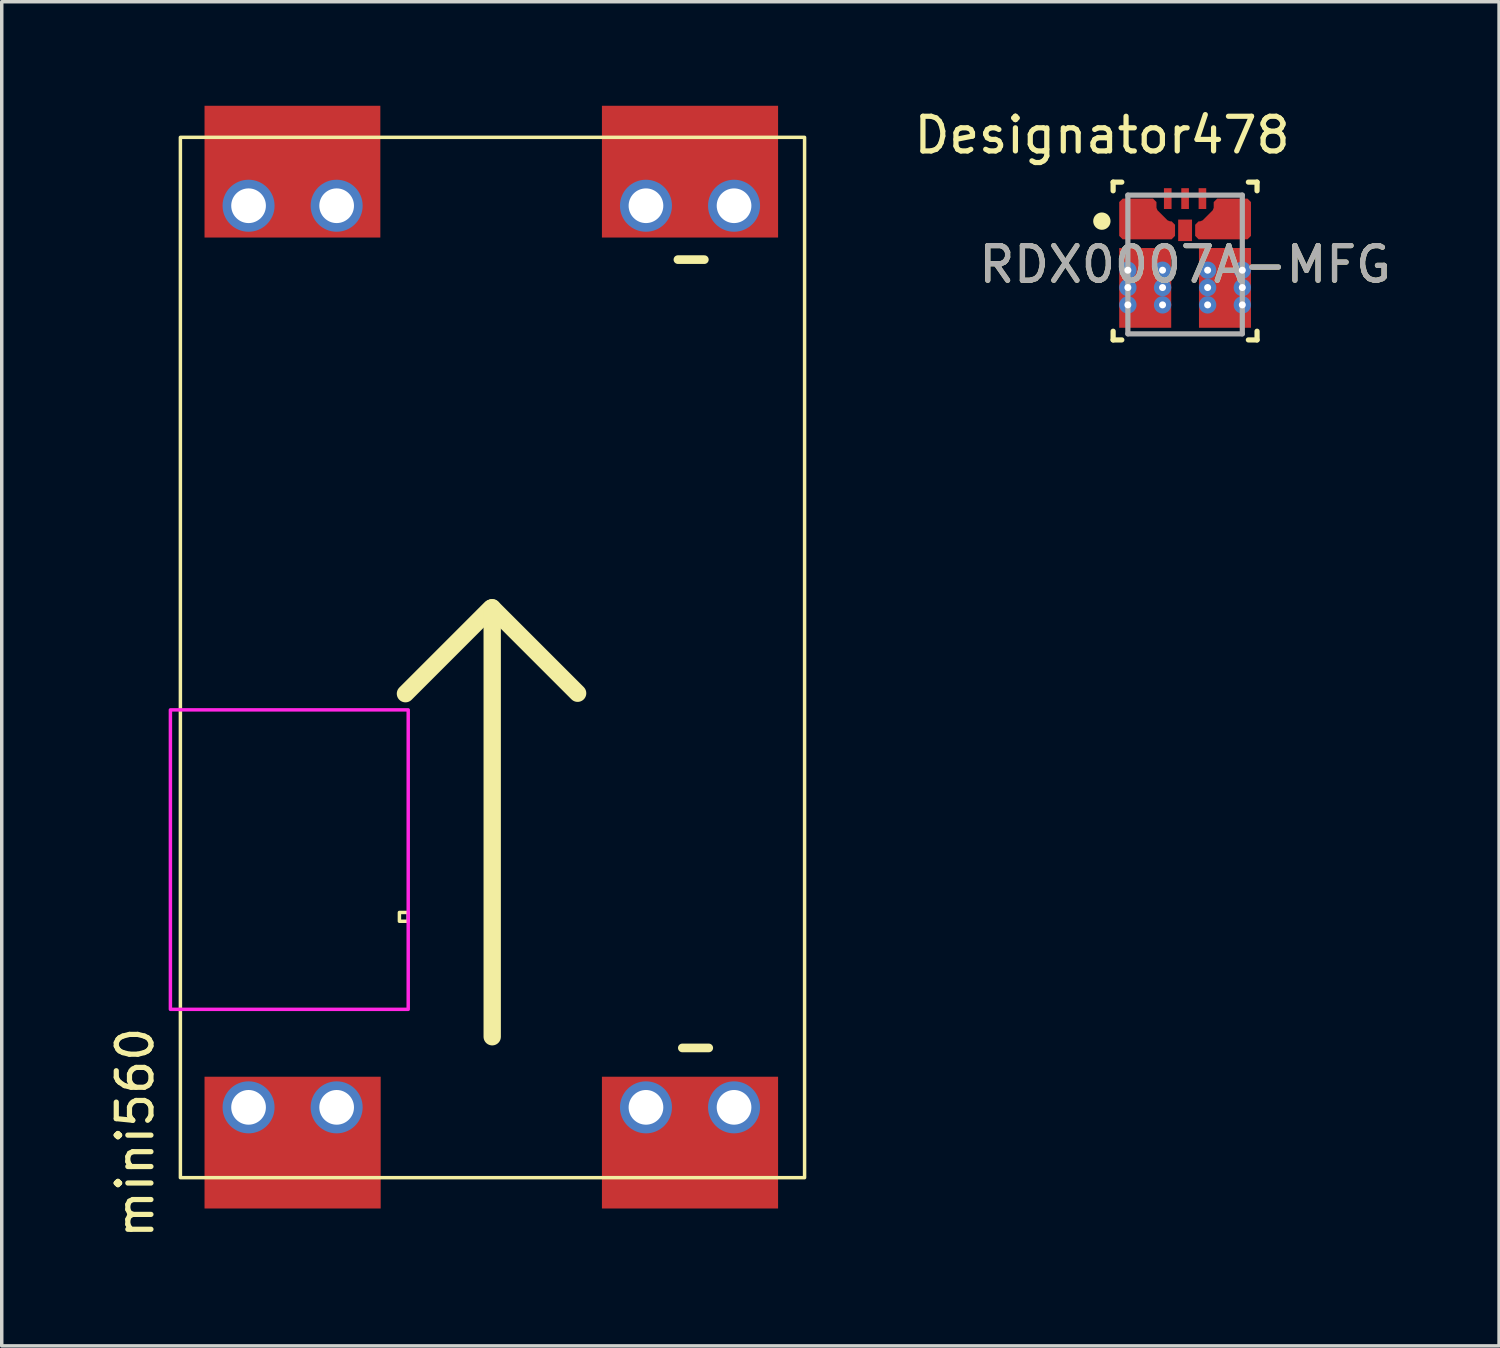
<source format=kicad_pcb>
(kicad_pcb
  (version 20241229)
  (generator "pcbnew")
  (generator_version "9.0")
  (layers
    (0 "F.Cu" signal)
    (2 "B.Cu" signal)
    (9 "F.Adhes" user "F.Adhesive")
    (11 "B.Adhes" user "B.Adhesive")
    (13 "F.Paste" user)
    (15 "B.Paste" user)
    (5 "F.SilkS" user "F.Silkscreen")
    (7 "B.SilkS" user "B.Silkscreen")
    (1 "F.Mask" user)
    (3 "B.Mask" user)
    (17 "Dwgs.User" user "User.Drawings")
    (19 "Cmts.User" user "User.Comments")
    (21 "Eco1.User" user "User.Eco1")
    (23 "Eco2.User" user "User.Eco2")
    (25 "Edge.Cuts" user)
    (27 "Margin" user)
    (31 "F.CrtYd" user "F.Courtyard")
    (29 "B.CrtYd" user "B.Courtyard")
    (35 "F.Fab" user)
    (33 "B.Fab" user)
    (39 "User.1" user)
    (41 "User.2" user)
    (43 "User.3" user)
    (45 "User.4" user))
  (footprint "RDX0007A-MFG"
    (layer "F.Cu")
    (at 31.125 4.577)
    (property "Reference" "RDX0007A-MFG" (at 0 0 0) (unlocked yes) (layer "F.SilkS") (effects (font (size 1 1) (thickness 0.15))))
    (attr through_hole)
    (fp_poly (pts (xy -0.2 -0.675) (xy 0.2 -0.675) (xy 0.2 -1.295) (xy -0.2 -1.295)) (stroke (width 0) (type solid)) (fill yes) (layer "F.Cu"))
    (fp_poly (pts (xy -1.9 -1.8) (xy -1.8 -1.9) (xy -0.925 -1.9) (xy -0.825 -1.8) (xy -0.825 -1.634) (xy -0.796 -1.563) (xy -0.507 -1.274) (xy -0.436 -1.245) (xy -0.39 -1.245) (xy -0.29 -1.145) (xy -0.29 -0.825) (xy -0.39 -0.725) (xy -1.8 -0.725) (xy -1.9 -0.825)) (stroke (width 0) (type solid)) (fill yes) (layer "F.Cu"))
    (fp_poly (pts (xy 1.9 -1.8) (xy 1.8 -1.9) (xy 0.925 -1.9) (xy 0.825 -1.8) (xy 0.825 -1.634) (xy 0.796 -1.563) (xy 0.507 -1.274) (xy 0.436 -1.245) (xy 0.39 -1.245) (xy 0.29 -1.145) (xy 0.29 -0.825) (xy 0.39 -0.725) (xy 1.8 -0.725) (xy 1.9 -0.825)) (stroke (width 0) (type solid)) (fill yes) (layer "F.Cu"))
    (fp_poly (pts (xy -0.44 -2.25) (xy -0.34 -2.15) (xy -0.34 -1.65) (xy -0.44 -1.55) (xy -0.56 -1.55) (xy -0.66 -1.65) (xy -0.66 -2.15) (xy -0.56 -2.25)) (stroke (width 0) (type solid)) (fill yes) (layer "F.Mask"))
    (fp_poly (pts (xy -0.16 -2.15) (xy -0.06 -2.25) (xy 0.06 -2.25) (xy 0.16 -2.15) (xy 0.16 -1.65) (xy 0.06 -1.55) (xy -0.06 -1.55) (xy -0.16 -1.65)) (stroke (width 0) (type solid)) (fill yes) (layer "F.Mask"))
    (fp_poly (pts (xy 0.56 -1.55) (xy 0.44 -1.55) (xy 0.34 -1.65) (xy 0.34 -2.15) (xy 0.44 -2.25) (xy 0.56 -2.25) (xy 0.66 -2.15) (xy 0.66 -1.65)) (stroke (width 0) (type solid)) (fill yes) (layer "F.Mask"))
    (fp_poly (pts (xy -0.925 -1.85) (xy -0.875 -1.8) (xy -0.875 -1.593) (xy -0.86 -1.557) (xy -0.513 -1.21) (xy -0.477 -1.195) (xy -0.39 -1.195) (xy -0.34 -1.145) (xy -0.34 -0.825) (xy -0.39 -0.775) (xy -1.4 -0.775) (xy -1.45 -0.825) (xy -1.5 -0.875) (xy -1.8 -0.875) (xy -1.85 -0.925) (xy -1.85 -1.075) (xy -1.8 -1.125) (xy -1.5 -1.125) (xy -1.45 -1.175) (xy -1.45 -1.325) (xy -1.5 -1.375) (xy -1.8 -1.375) (xy -1.85 -1.425) (xy -1.85 -1.575) (xy -1.8 -1.625) (xy -1.5 -1.625) (xy -1.45 -1.675) (xy -1.45 -1.8) (xy -1.4 -1.85)) (stroke (width 0) (type solid)) (fill yes) (layer "F.Mask"))
    (fp_poly (pts (xy 0.925 -1.85) (xy 0.875 -1.8) (xy 0.875 -1.593) (xy 0.86 -1.557) (xy 0.513 -1.21) (xy 0.477 -1.195) (xy 0.39 -1.195) (xy 0.34 -1.145) (xy 0.34 -0.825) (xy 0.39 -0.775) (xy 1.4 -0.775) (xy 1.45 -0.825) (xy 1.5 -0.875) (xy 1.8 -0.875) (xy 1.85 -0.925) (xy 1.85 -1.075) (xy 1.8 -1.125) (xy 1.5 -1.125) (xy 1.45 -1.175) (xy 1.45 -1.325) (xy 1.5 -1.375) (xy 1.8 -1.375) (xy 1.85 -1.425) (xy 1.85 -1.575) (xy 1.8 -1.625) (xy 1.5 -1.625) (xy 1.45 -1.675) (xy 1.45 -1.8) (xy 1.4 -1.85)) (stroke (width 0) (type solid)) (fill yes) (layer "F.Mask"))
    (fp_poly (pts (xy -0.5 -0.425) (xy -0.45 -0.375) (xy -0.45 1.725) (xy -0.5 1.775) (xy -1.4 1.775) (xy -1.45 1.725) (xy -1.45 1.59) (xy -1.5 1.54) (xy -1.8 1.54) (xy -1.85 1.49) (xy -1.85 1.34) (xy -1.8 1.29) (xy -1.5 1.29) (xy -1.45 1.24) (xy -1.45 1.09) (xy -1.5 1.04) (xy -1.8 1.04) (xy -1.85 0.99) (xy -1.85 0.84) (xy -1.8 0.79) (xy -1.5 0.79) (xy -1.45 0.74) (xy -1.45 0.59) (xy -1.5 0.54) (xy -1.8 0.54) (xy -1.85 0.49) (xy -1.85 0.34) (xy -1.8 0.29) (xy -1.5 0.29) (xy -1.45 0.24) (xy -1.45 0.09) (xy -1.5 0.04) (xy -1.8 0.04) (xy -1.85 -0.01) (xy -1.85 -0.16) (xy -1.8 -0.21) (xy -1.5 -0.21) (xy -1.45 -0.26) (xy -1.45 -0.375) (xy -1.4 -0.425)) (stroke (width 0) (type solid)) (fill yes) (layer "F.Mask"))
    (fp_poly (pts (xy 0.5 -0.425) (xy 0.45 -0.375) (xy 0.45 1.725) (xy 0.5 1.775) (xy 1.4 1.775) (xy 1.45 1.725) (xy 1.45 1.59) (xy 1.5 1.54) (xy 1.8 1.54) (xy 1.85 1.49) (xy 1.85 1.34) (xy 1.8 1.29) (xy 1.5 1.29) (xy 1.45 1.24) (xy 1.45 1.09) (xy 1.5 1.04) (xy 1.8 1.04) (xy 1.85 0.99) (xy 1.85 0.84) (xy 1.8 0.79) (xy 1.5 0.79) (xy 1.45 0.74) (xy 1.45 0.59) (xy 1.5 0.54) (xy 1.8 0.54) (xy 1.85 0.49) (xy 1.85 0.34) (xy 1.8 0.29) (xy 1.5 0.29) (xy 1.45 0.24) (xy 1.45 0.09) (xy 1.5 0.04) (xy 1.8 0.04) (xy 1.85 -0.01) (xy 1.85 -0.16) (xy 1.8 -0.21) (xy 1.5 -0.21) (xy 1.45 -0.26) (xy 1.45 -0.375) (xy 1.4 -0.425)) (stroke (width 0) (type solid)) (fill yes) (layer "F.Mask"))
    (fp_line (start -2.075 -2.375) (end -1.825 -2.375) (stroke (width 0.15) (type solid)) (layer "F.SilkS"))
    (fp_line (start -2.075 -2.125) (end -2.075 -2.375) (stroke (width 0.15) (type solid)) (layer "F.SilkS"))
    (fp_line (start -2.075 2.175) (end -2.075 1.925) (stroke (width 0.15) (type solid)) (layer "F.SilkS"))
    (fp_line (start -2.075 2.175) (end -1.825 2.175) (stroke (width 0.15) (type solid)) (layer "F.SilkS"))
    (fp_line (start 1.825 -2.375) (end 2.075 -2.375) (stroke (width 0.15) (type solid)) (layer "F.SilkS"))
    (fp_line (start 1.825 2.175) (end 2.075 2.175) (stroke (width 0.15) (type solid)) (layer "F.SilkS"))
    (fp_line (start 2.075 -2.125) (end 2.075 -2.375) (stroke (width 0.15) (type solid)) (layer "F.SilkS"))
    (fp_line (start 2.075 2.175) (end 2.075 1.925) (stroke (width 0.15) (type solid)) (layer "F.SilkS"))
    (fp_circle (center -2.4 -1.25) (end -2.275 -1.25) (stroke (width 0.25) (type solid)) (fill no) (layer "F.SilkS"))
    (fp_poly (pts (xy -1.85 -1.575) (xy -1.8 -1.625) (xy -1.45 -1.625) (xy -1.4 -1.575) (xy -1.4 -1.425) (xy -1.45 -1.375) (xy -1.8 -1.375) (xy -1.85 -1.425)) (stroke (width 0) (type solid)) (fill yes) (layer "F.Paste"))
    (fp_poly (pts (xy -1.8 -1.125) (xy -1.45 -1.125) (xy -1.4 -1.075) (xy -1.4 -0.925) (xy -1.45 -0.875) (xy -1.8 -0.875) (xy -1.85 -0.925) (xy -1.85 -1.075)) (stroke (width 0) (type solid)) (fill yes) (layer "F.Paste"))
    (fp_poly (pts (xy 1.85 -1.575) (xy 1.85 -1.425) (xy 1.8 -1.375) (xy 1.45 -1.375) (xy 1.4 -1.425) (xy 1.4 -1.575) (xy 1.45 -1.625) (xy 1.8 -1.625)) (stroke (width 0) (type solid)) (fill yes) (layer "F.Paste"))
    (fp_poly (pts (xy 1.85 -1.075) (xy 1.85 -0.925) (xy 1.8 -0.875) (xy 1.45 -0.875) (xy 1.4 -0.925) (xy 1.4 -1.075) (xy 1.45 -1.125) (xy 1.8 -1.125)) (stroke (width 0) (type solid)) (fill yes) (layer "F.Paste"))
    (fp_poly (pts (xy -0.95 -1.84) (xy -0.9 -1.79) (xy -0.9 -1.596) (xy -0.885 -1.56) (xy -0.525 -1.2) (xy -0.489 -1.185) (xy -0.4 -1.185) (xy -0.35 -1.135) (xy -0.35 -0.835) (xy -0.4 -0.785) (xy -1.15 -0.785) (xy -1.2 -0.835) (xy -1.2 -1.79) (xy -1.15 -1.84)) (stroke (width 0) (type solid)) (fill yes) (layer "F.Paste"))
    (fp_poly (pts (xy 0.95 -1.84) (xy 0.9 -1.79) (xy 0.9 -1.596) (xy 0.885 -1.56) (xy 0.525 -1.2) (xy 0.489 -1.185) (xy 0.4 -1.185) (xy 0.35 -1.135) (xy 0.35 -0.835) (xy 0.4 -0.785) (xy 1.15 -0.785) (xy 1.2 -0.835) (xy 1.2 -1.79) (xy 1.15 -1.84)) (stroke (width 0) (type solid)) (fill yes) (layer "F.Paste"))
    (fp_poly (pts (xy -0.46 1.655) (xy -0.51 1.705) (xy -1.35 1.705) (xy -1.4 1.655) (xy -1.4 1.59) (xy -1.45 1.54) (xy -1.8 1.54) (xy -1.85 1.49) (xy -1.85 1.34) (xy -1.8 1.29) (xy -1.3 1.29) (xy -1.25 1.24) (xy -1.25 1.09) (xy -1.3 1.04) (xy -1.8 1.04) (xy -1.85 0.99) (xy -1.85 0.84) (xy -1.8 0.79) (xy -1.3 0.79) (xy -1.25 0.74) (xy -1.25 0.59) (xy -1.3 0.54) (xy -1.8 0.54) (xy -1.85 0.49) (xy -1.85 0.34) (xy -1.8 0.29) (xy -1.3 0.29) (xy -1.25 0.24) (xy -1.25 0.09) (xy -1.3 0.04) (xy -1.8 0.04) (xy -1.85 -0.01) (xy -1.85 -0.16) (xy -1.8 -0.21) (xy -1.45 -0.21) (xy -1.4 -0.26) (xy -1.4 -0.325) (xy -1.35 -0.375) (xy -0.51 -0.375) (xy -0.46 -0.325) (xy -0.46 0.015) (xy -0.51 0.065) (xy -0.88 0.065) (xy -0.93 0.115) (xy -0.93 0.215) (xy -0.88 0.265) (xy -0.51 0.265) (xy -0.46 0.315) (xy -0.46 0.515) (xy -0.51 0.565) (xy -0.88 0.565) (xy -0.93 0.615) (xy -0.93 0.715) (xy -0.88 0.765) (xy -0.51 0.765) (xy -0.46 0.815) (xy -0.46 1.015) (xy -0.51 1.065) (xy -0.88 1.065) (xy -0.93 1.115) (xy -0.93 1.215) (xy -0.88 1.265) (xy -0.51 1.265) (xy -0.46 1.315)) (stroke (width 0) (type solid)) (fill yes) (layer "F.Paste"))
    (fp_poly (pts (xy 0.46 1.655) (xy 0.51 1.705) (xy 1.35 1.705) (xy 1.4 1.655) (xy 1.4 1.59) (xy 1.45 1.54) (xy 1.8 1.54) (xy 1.85 1.49) (xy 1.85 1.34) (xy 1.8 1.29) (xy 1.3 1.29) (xy 1.25 1.24) (xy 1.25 1.09) (xy 1.3 1.04) (xy 1.8 1.04) (xy 1.85 0.99) (xy 1.85 0.84) (xy 1.8 0.79) (xy 1.3 0.79) (xy 1.25 0.74) (xy 1.25 0.59) (xy 1.3 0.54) (xy 1.8 0.54) (xy 1.85 0.49) (xy 1.85 0.34) (xy 1.8 0.29) (xy 1.3 0.29) (xy 1.25 0.24) (xy 1.25 0.09) (xy 1.3 0.04) (xy 1.8 0.04) (xy 1.85 -0.01) (xy 1.85 -0.16) (xy 1.8 -0.21) (xy 1.45 -0.21) (xy 1.4 -0.26) (xy 1.4 -0.325) (xy 1.35 -0.375) (xy 0.51 -0.375) (xy 0.46 -0.325) (xy 0.46 0.015) (xy 0.51 0.065) (xy 0.88 0.065) (xy 0.93 0.115) (xy 0.93 0.215) (xy 0.88 0.265) (xy 0.51 0.265) (xy 0.46 0.315) (xy 0.46 0.515) (xy 0.51 0.565) (xy 0.88 0.565) (xy 0.93 0.615) (xy 0.93 0.715) (xy 0.88 0.765) (xy 0.51 0.765) (xy 0.46 0.815) (xy 0.46 1.015) (xy 0.51 1.065) (xy 0.88 1.065) (xy 0.93 1.115) (xy 0.93 1.215) (xy 0.88 1.265) (xy 0.51 1.265) (xy 0.46 1.315)) (stroke (width 0) (type solid)) (fill yes) (layer "F.Paste"))
    (fp_line (start -1.65 -2) (end 1.65 -2) (stroke (width 0.15) (type solid)) (layer "F.Fab"))
    (fp_line (start -1.65 2) (end -1.65 -2) (stroke (width 0.15) (type solid)) (layer "F.Fab"))
    (fp_line (start -1.65 2) (end 1.65 2) (stroke (width 0.15) (type solid)) (layer "F.Fab"))
    (fp_line (start 1.65 2) (end 1.65 -2) (stroke (width 0.15) (type solid)) (layer "F.Fab"))
    (fp_text user "Designator478" (at -2.393 -3.729 0) (unlocked yes) (layer "F.SilkS") (effects (font (size 1 1) (thickness 0.15))))
    (fp_text user "${REFERENCE}" (at 0 0 0) (unlocked yes) (layer "F.Fab") (effects (font (size 1 1) (thickness 0.15))))
    (pad "1" smd circle (at -1.312 -1.312) (size 1.025 1.025) (layers "F.Cu"))
    (pad "2" smd rect (at -1.15 0.675) (size 1.5 2.3) (layers "F.Cu"))
    (pad "3" smd rect (at 1.15 0.675) (size 1.5 2.3) (layers "F.Cu"))
    (pad "4" smd circle (at 1.281 -1.276) (size 0.991 0.991) (layers "F.Cu"))
    (pad "5" smd rect (at 0.5 -1.9) (size 0.22 0.6) (layers "F.Cu" "F.Paste"))
    (pad "6" smd rect (at 0 -1.9) (size 0.22 0.6) (layers "F.Cu" "F.Paste"))
    (pad "7" smd rect (at -0.5 -1.9) (size 0.22 0.6) (layers "F.Cu" "F.Paste"))
    (pad "8" thru_hole circle (at -1.65 0.165) (size 0.5 0.5) (drill 0.203) (layers "*.Cu" "*.Mask"))
    (pad "9" thru_hole circle (at -1.65 0.665) (size 0.5 0.5) (drill 0.203) (layers "*.Cu" "*.Mask"))
    (pad "10" thru_hole circle (at -1.65 1.165) (size 0.5 0.5) (drill 0.203) (layers "*.Cu" "*.Mask"))
    (pad "11" thru_hole circle (at 1.65 0.165) (size 0.5 0.5) (drill 0.203) (layers "*.Cu" "*.Mask"))
    (pad "12" thru_hole circle (at 1.65 0.665) (size 0.5 0.5) (drill 0.203) (layers "*.Cu" "*.Mask"))
    (pad "13" thru_hole circle (at 1.65 1.165) (size 0.5 0.5) (drill 0.203) (layers "*.Cu" "*.Mask"))
    (pad "14" thru_hole circle (at -0.65 0.165) (size 0.5 0.5) (drill 0.203) (layers "*.Cu" "*.Mask"))
    (pad "15" thru_hole circle (at -0.65 0.665) (size 0.5 0.5) (drill 0.203) (layers "*.Cu" "*.Mask"))
    (pad "16" thru_hole circle (at -0.65 1.165) (size 0.5 0.5) (drill 0.203) (layers "*.Cu" "*.Mask"))
    (pad "17" thru_hole circle (at 0.65 0.165) (size 0.5 0.5) (drill 0.203) (layers "*.Cu" "*.Mask"))
    (pad "18" thru_hole circle (at 0.65 0.665) (size 0.5 0.5) (drill 0.203) (layers "*.Cu" "*.Mask"))
    (pad "19" thru_hole circle (at 0.65 1.165) (size 0.5 0.5) (drill 0.203) (layers "*.Cu" "*.Mask")))
  (footprint "mini560"
    (layer "F.Cu")
    (at 11.169 15.9)
    (property "Reference" "mini560" (at -10.321 13.713 90) (layer "F.SilkS") (effects (font (size 1 1) (thickness 0.15))))
    (attr through_hole)
    (fp_line (start -0.064 -1.41) (end -2.527 1.054) (stroke (width 0.5) (type default)) (layer "F.SilkS"))
    (fp_line (start -0.025 -1.422) (end 2.438 1.041) (stroke (width 0.5) (type default)) (layer "F.SilkS"))
    (fp_line (start -0.025 10.947) (end -0.025 -1.422) (stroke (width 0.5) (type default)) (layer "F.SilkS"))
    (fp_rect (start -9.017 -14.989) (end 8.983 15.011) (stroke (width 0.1) (type default)) (fill no) (layer "F.SilkS"))
    (fp_rect (start -2.701 7.363) (end -2.447 7.617) (stroke (width 0.1) (type default)) (fill no) (layer "F.SilkS"))
    (fp_rect (start -9.305 1.521) (end -2.447 10.157) (stroke (width 0.1) (type default)) (fill no) (layer "F.CrtYd"))
    (fp_text user "-" (at 5.055 11.786 0) (unlocked yes) (layer "F.SilkS") (effects (font (size 1 1) (thickness 0.25) (bold yes)) (justify left bottom)))
    (fp_text user "-" (at 4.928 -10.947 0) (unlocked yes) (layer "F.SilkS") (effects (font (size 1 1) (thickness 0.25) (bold yes)) (justify left bottom)))
    (pad "1" thru_hole circle (at -7.051 -13.017 90) (size 1.5 1.5) (drill 1) (property pad_prop_castellated) (layers "*.Cu" "*.Mask"))
    (pad "1" smd rect (at -5.786 -14) (size 5.07 3.8) (layers "F.Cu" "F.Mask" "F.Paste"))
    (pad "1" thru_hole circle (at -4.511 -13.017 90) (size 1.5 1.5) (drill 1) (property pad_prop_castellated) (layers "*.Cu" "*.Mask"))
    (pad "2" thru_hole circle (at 4.409 -13.017 90) (size 1.5 1.5) (drill 1) (property pad_prop_castellated) (layers "*.Cu" "*.Mask"))
    (pad "2" smd rect (at 5.679 -14) (size 5.08 3.8) (layers "F.Cu" "F.Mask" "F.Paste"))
    (pad "2" thru_hole circle (at 6.949 -13.017 90) (size 1.5 1.5) (drill 1) (property pad_prop_castellated) (layers "*.Cu" "*.Mask"))
    (pad "3" thru_hole circle (at -7.051 12.983 270) (size 1.5 1.5) (drill 1) (property pad_prop_castellated) (layers "*.Cu" "*.Mask"))
    (pad "3" smd rect (at -5.781 14) (size 5.08 3.8) (layers "F.Cu" "F.Mask" "F.Paste"))
    (pad "3" thru_hole circle (at -4.511 12.983 270) (size 1.5 1.5) (drill 1) (property pad_prop_castellated) (layers "*.Cu" "*.Mask"))
    (pad "4" thru_hole circle (at 4.409 12.983 270) (size 1.5 1.5) (drill 1) (property pad_prop_castellated) (layers "*.Cu" "*.Mask"))
    (pad "4" smd rect (at 5.679 14) (size 5.08 3.8) (layers "F.Cu" "F.Mask" "F.Paste"))
    (pad "4" thru_hole circle (at 6.949 12.983 270) (size 1.5 1.5) (drill 1) (property pad_prop_castellated) (layers "*.Cu" "*.Mask")))
  (gr_rect
    (start -3 -3)
    (end 40.179 35.762)
    (stroke (width 0.1) (type default))
    (fill no)
    (layer "Edge.Cuts")))
</source>
